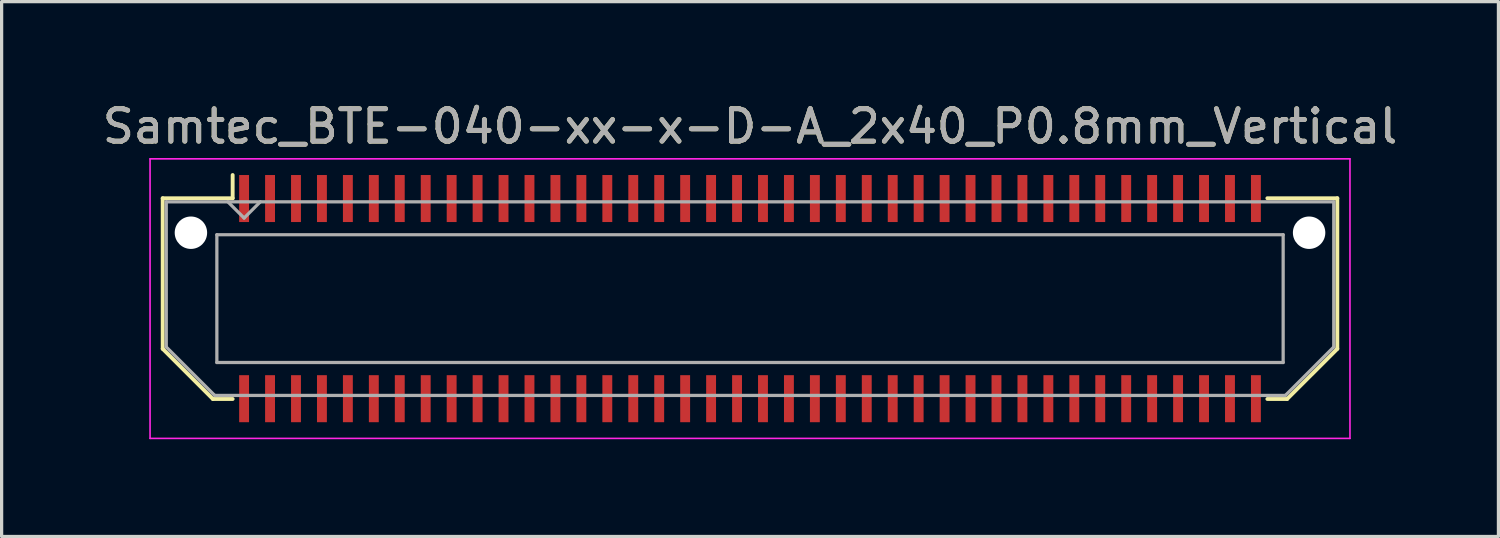
<source format=kicad_pcb>
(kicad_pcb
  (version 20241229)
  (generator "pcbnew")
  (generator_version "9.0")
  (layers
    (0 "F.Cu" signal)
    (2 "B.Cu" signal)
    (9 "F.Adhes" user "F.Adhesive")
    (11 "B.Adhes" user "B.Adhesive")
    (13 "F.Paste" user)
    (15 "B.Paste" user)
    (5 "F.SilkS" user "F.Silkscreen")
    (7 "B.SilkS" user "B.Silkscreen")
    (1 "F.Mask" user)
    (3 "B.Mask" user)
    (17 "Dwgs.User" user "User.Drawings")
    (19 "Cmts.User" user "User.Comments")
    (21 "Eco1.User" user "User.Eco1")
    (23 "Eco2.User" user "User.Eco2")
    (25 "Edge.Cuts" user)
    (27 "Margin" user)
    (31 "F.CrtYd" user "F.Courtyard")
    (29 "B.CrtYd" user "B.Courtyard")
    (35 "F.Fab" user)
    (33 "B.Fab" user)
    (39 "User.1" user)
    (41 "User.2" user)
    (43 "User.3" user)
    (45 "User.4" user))
  (footprint "Samtec_BTE-040-xx-x-D-A_2x40_P0.8mm_Vertical"
    (layer "F.Cu")
    (at 20.077 6.158)
    (property "Reference" "Samtec_BTE-040-xx-x-D-A_2x40_P0.8mm_Vertical" (at 0 -5.31 0) (layer "F.SilkS") (effects (font (size 1 1) (thickness 0.15))))
    (attr smd)
    (fp_line (start -18.11 -3.095) (end -18.11 1.548) (stroke (width 0.12) (type solid)) (layer "F.SilkS"))
    (fp_line (start -18.11 1.548) (end -16.562 3.095) (stroke (width 0.12) (type solid)) (layer "F.SilkS"))
    (fp_line (start -16.562 3.095) (end -15.953 3.095) (stroke (width 0.12) (type solid)) (layer "F.SilkS"))
    (fp_line (start -15.953 -3.811) (end -15.953 -3.095) (stroke (width 0.12) (type solid)) (layer "F.SilkS"))
    (fp_line (start -15.953 -3.095) (end -18.11 -3.095) (stroke (width 0.12) (type solid)) (layer "F.SilkS"))
    (fp_line (start 15.953 -3.095) (end 18.11 -3.095) (stroke (width 0.12) (type solid)) (layer "F.SilkS"))
    (fp_line (start 16.562 3.095) (end 15.953 3.095) (stroke (width 0.12) (type solid)) (layer "F.SilkS"))
    (fp_line (start 18.11 -3.095) (end 18.11 1.548) (stroke (width 0.12) (type solid)) (layer "F.SilkS"))
    (fp_line (start 18.11 1.548) (end 16.562 3.095) (stroke (width 0.12) (type solid)) (layer "F.SilkS"))
    (fp_line (start -18.5 -4.31) (end -18.5 4.31) (stroke (width 0.05) (type solid)) (layer "F.CrtYd"))
    (fp_line (start -18.5 4.31) (end 18.5 4.31) (stroke (width 0.05) (type solid)) (layer "F.CrtYd"))
    (fp_line (start 18.5 -4.31) (end -18.5 -4.31) (stroke (width 0.05) (type solid)) (layer "F.CrtYd"))
    (fp_line (start 18.5 4.31) (end 18.5 -4.31) (stroke (width 0.05) (type solid)) (layer "F.CrtYd"))
    (fp_line (start -18 -2.985) (end -18 1.492) (stroke (width 0.1) (type solid)) (layer "F.Fab"))
    (fp_line (start -18 -2.985) (end 18 -2.985) (stroke (width 0.1) (type solid)) (layer "F.Fab"))
    (fp_line (start -18 1.492) (end -16.508 2.985) (stroke (width 0.1) (type solid)) (layer "F.Fab"))
    (fp_line (start -16.508 2.985) (end 16.508 2.985) (stroke (width 0.1) (type solid)) (layer "F.Fab"))
    (fp_line (start -16.44 -1.97) (end -16.44 1.97) (stroke (width 0.1) (type solid)) (layer "F.Fab"))
    (fp_line (start -16.44 1.97) (end 16.44 1.97) (stroke (width 0.1) (type solid)) (layer "F.Fab"))
    (fp_line (start -15.6 -2.485) (end -16.1 -2.985) (stroke (width 0.1) (type solid)) (layer "F.Fab"))
    (fp_line (start -15.1 -2.985) (end -15.6 -2.485) (stroke (width 0.1) (type solid)) (layer "F.Fab"))
    (fp_line (start 16.44 -1.97) (end -16.44 -1.97) (stroke (width 0.1) (type solid)) (layer "F.Fab"))
    (fp_line (start 16.44 1.97) (end 16.44 -1.97) (stroke (width 0.1) (type solid)) (layer "F.Fab"))
    (fp_line (start 18 -2.985) (end 18 1.492) (stroke (width 0.1) (type solid)) (layer "F.Fab"))
    (fp_line (start 18 1.492) (end 16.508 2.985) (stroke (width 0.1) (type solid)) (layer "F.Fab"))
    (fp_text user "${REFERENCE}" (at 0 -5.31 0) (layer "F.Fab") (effects (font (size 1 1) (thickness 0.15))))
    (pad "" np_thru_hole circle (at -17.24 -2.032) (size 1 1) (drill 1) (layers "*.Cu" "*.Mask"))
    (pad "" np_thru_hole circle (at 17.24 -2.032) (size 1 1) (drill 1) (layers "*.Cu" "*.Mask"))
    (pad "1" smd rect (at -15.6 -3.086) (size 0.305 1.45) (layers "F.Cu" "F.Mask" "F.Paste"))
    (pad "2" smd rect (at -15.6 3.086) (size 0.305 1.45) (layers "F.Cu" "F.Mask" "F.Paste"))
    (pad "3" smd rect (at -14.8 -3.086) (size 0.305 1.45) (layers "F.Cu" "F.Mask" "F.Paste"))
    (pad "4" smd rect (at -14.8 3.086) (size 0.305 1.45) (layers "F.Cu" "F.Mask" "F.Paste"))
    (pad "5" smd rect (at -14 -3.086) (size 0.305 1.45) (layers "F.Cu" "F.Mask" "F.Paste"))
    (pad "6" smd rect (at -14 3.086) (size 0.305 1.45) (layers "F.Cu" "F.Mask" "F.Paste"))
    (pad "7" smd rect (at -13.2 -3.086) (size 0.305 1.45) (layers "F.Cu" "F.Mask" "F.Paste"))
    (pad "8" smd rect (at -13.2 3.086) (size 0.305 1.45) (layers "F.Cu" "F.Mask" "F.Paste"))
    (pad "9" smd rect (at -12.4 -3.086) (size 0.305 1.45) (layers "F.Cu" "F.Mask" "F.Paste"))
    (pad "10" smd rect (at -12.4 3.086) (size 0.305 1.45) (layers "F.Cu" "F.Mask" "F.Paste"))
    (pad "11" smd rect (at -11.6 -3.086) (size 0.305 1.45) (layers "F.Cu" "F.Mask" "F.Paste"))
    (pad "12" smd rect (at -11.6 3.086) (size 0.305 1.45) (layers "F.Cu" "F.Mask" "F.Paste"))
    (pad "13" smd rect (at -10.8 -3.086) (size 0.305 1.45) (layers "F.Cu" "F.Mask" "F.Paste"))
    (pad "14" smd rect (at -10.8 3.086) (size 0.305 1.45) (layers "F.Cu" "F.Mask" "F.Paste"))
    (pad "15" smd rect (at -10 -3.086) (size 0.305 1.45) (layers "F.Cu" "F.Mask" "F.Paste"))
    (pad "16" smd rect (at -10 3.086) (size 0.305 1.45) (layers "F.Cu" "F.Mask" "F.Paste"))
    (pad "17" smd rect (at -9.2 -3.086) (size 0.305 1.45) (layers "F.Cu" "F.Mask" "F.Paste"))
    (pad "18" smd rect (at -9.2 3.086) (size 0.305 1.45) (layers "F.Cu" "F.Mask" "F.Paste"))
    (pad "19" smd rect (at -8.4 -3.086) (size 0.305 1.45) (layers "F.Cu" "F.Mask" "F.Paste"))
    (pad "20" smd rect (at -8.4 3.086) (size 0.305 1.45) (layers "F.Cu" "F.Mask" "F.Paste"))
    (pad "21" smd rect (at -7.6 -3.086) (size 0.305 1.45) (layers "F.Cu" "F.Mask" "F.Paste"))
    (pad "22" smd rect (at -7.6 3.086) (size 0.305 1.45) (layers "F.Cu" "F.Mask" "F.Paste"))
    (pad "23" smd rect (at -6.8 -3.086) (size 0.305 1.45) (layers "F.Cu" "F.Mask" "F.Paste"))
    (pad "24" smd rect (at -6.8 3.086) (size 0.305 1.45) (layers "F.Cu" "F.Mask" "F.Paste"))
    (pad "25" smd rect (at -6 -3.086) (size 0.305 1.45) (layers "F.Cu" "F.Mask" "F.Paste"))
    (pad "26" smd rect (at -6 3.086) (size 0.305 1.45) (layers "F.Cu" "F.Mask" "F.Paste"))
    (pad "27" smd rect (at -5.2 -3.086) (size 0.305 1.45) (layers "F.Cu" "F.Mask" "F.Paste"))
    (pad "28" smd rect (at -5.2 3.086) (size 0.305 1.45) (layers "F.Cu" "F.Mask" "F.Paste"))
    (pad "29" smd rect (at -4.4 -3.086) (size 0.305 1.45) (layers "F.Cu" "F.Mask" "F.Paste"))
    (pad "30" smd rect (at -4.4 3.086) (size 0.305 1.45) (layers "F.Cu" "F.Mask" "F.Paste"))
    (pad "31" smd rect (at -3.6 -3.086) (size 0.305 1.45) (layers "F.Cu" "F.Mask" "F.Paste"))
    (pad "32" smd rect (at -3.6 3.086) (size 0.305 1.45) (layers "F.Cu" "F.Mask" "F.Paste"))
    (pad "33" smd rect (at -2.8 -3.086) (size 0.305 1.45) (layers "F.Cu" "F.Mask" "F.Paste"))
    (pad "34" smd rect (at -2.8 3.086) (size 0.305 1.45) (layers "F.Cu" "F.Mask" "F.Paste"))
    (pad "35" smd rect (at -2 -3.086) (size 0.305 1.45) (layers "F.Cu" "F.Mask" "F.Paste"))
    (pad "36" smd rect (at -2 3.086) (size 0.305 1.45) (layers "F.Cu" "F.Mask" "F.Paste"))
    (pad "37" smd rect (at -1.2 -3.086) (size 0.305 1.45) (layers "F.Cu" "F.Mask" "F.Paste"))
    (pad "38" smd rect (at -1.2 3.086) (size 0.305 1.45) (layers "F.Cu" "F.Mask" "F.Paste"))
    (pad "39" smd rect (at -0.4 -3.086) (size 0.305 1.45) (layers "F.Cu" "F.Mask" "F.Paste"))
    (pad "40" smd rect (at -0.4 3.086) (size 0.305 1.45) (layers "F.Cu" "F.Mask" "F.Paste"))
    (pad "41" smd rect (at 0.4 -3.086) (size 0.305 1.45) (layers "F.Cu" "F.Mask" "F.Paste"))
    (pad "42" smd rect (at 0.4 3.086) (size 0.305 1.45) (layers "F.Cu" "F.Mask" "F.Paste"))
    (pad "43" smd rect (at 1.2 -3.086) (size 0.305 1.45) (layers "F.Cu" "F.Mask" "F.Paste"))
    (pad "44" smd rect (at 1.2 3.086) (size 0.305 1.45) (layers "F.Cu" "F.Mask" "F.Paste"))
    (pad "45" smd rect (at 2 -3.086) (size 0.305 1.45) (layers "F.Cu" "F.Mask" "F.Paste"))
    (pad "46" smd rect (at 2 3.086) (size 0.305 1.45) (layers "F.Cu" "F.Mask" "F.Paste"))
    (pad "47" smd rect (at 2.8 -3.086) (size 0.305 1.45) (layers "F.Cu" "F.Mask" "F.Paste"))
    (pad "48" smd rect (at 2.8 3.086) (size 0.305 1.45) (layers "F.Cu" "F.Mask" "F.Paste"))
    (pad "49" smd rect (at 3.6 -3.086) (size 0.305 1.45) (layers "F.Cu" "F.Mask" "F.Paste"))
    (pad "50" smd rect (at 3.6 3.086) (size 0.305 1.45) (layers "F.Cu" "F.Mask" "F.Paste"))
    (pad "51" smd rect (at 4.4 -3.086) (size 0.305 1.45) (layers "F.Cu" "F.Mask" "F.Paste"))
    (pad "52" smd rect (at 4.4 3.086) (size 0.305 1.45) (layers "F.Cu" "F.Mask" "F.Paste"))
    (pad "53" smd rect (at 5.2 -3.086) (size 0.305 1.45) (layers "F.Cu" "F.Mask" "F.Paste"))
    (pad "54" smd rect (at 5.2 3.086) (size 0.305 1.45) (layers "F.Cu" "F.Mask" "F.Paste"))
    (pad "55" smd rect (at 6 -3.086) (size 0.305 1.45) (layers "F.Cu" "F.Mask" "F.Paste"))
    (pad "56" smd rect (at 6 3.086) (size 0.305 1.45) (layers "F.Cu" "F.Mask" "F.Paste"))
    (pad "57" smd rect (at 6.8 -3.086) (size 0.305 1.45) (layers "F.Cu" "F.Mask" "F.Paste"))
    (pad "58" smd rect (at 6.8 3.086) (size 0.305 1.45) (layers "F.Cu" "F.Mask" "F.Paste"))
    (pad "59" smd rect (at 7.6 -3.086) (size 0.305 1.45) (layers "F.Cu" "F.Mask" "F.Paste"))
    (pad "60" smd rect (at 7.6 3.086) (size 0.305 1.45) (layers "F.Cu" "F.Mask" "F.Paste"))
    (pad "61" smd rect (at 8.4 -3.086) (size 0.305 1.45) (layers "F.Cu" "F.Mask" "F.Paste"))
    (pad "62" smd rect (at 8.4 3.086) (size 0.305 1.45) (layers "F.Cu" "F.Mask" "F.Paste"))
    (pad "63" smd rect (at 9.2 -3.086) (size 0.305 1.45) (layers "F.Cu" "F.Mask" "F.Paste"))
    (pad "64" smd rect (at 9.2 3.086) (size 0.305 1.45) (layers "F.Cu" "F.Mask" "F.Paste"))
    (pad "65" smd rect (at 10 -3.086) (size 0.305 1.45) (layers "F.Cu" "F.Mask" "F.Paste"))
    (pad "66" smd rect (at 10 3.086) (size 0.305 1.45) (layers "F.Cu" "F.Mask" "F.Paste"))
    (pad "67" smd rect (at 10.8 -3.086) (size 0.305 1.45) (layers "F.Cu" "F.Mask" "F.Paste"))
    (pad "68" smd rect (at 10.8 3.086) (size 0.305 1.45) (layers "F.Cu" "F.Mask" "F.Paste"))
    (pad "69" smd rect (at 11.6 -3.086) (size 0.305 1.45) (layers "F.Cu" "F.Mask" "F.Paste"))
    (pad "70" smd rect (at 11.6 3.086) (size 0.305 1.45) (layers "F.Cu" "F.Mask" "F.Paste"))
    (pad "71" smd rect (at 12.4 -3.086) (size 0.305 1.45) (layers "F.Cu" "F.Mask" "F.Paste"))
    (pad "72" smd rect (at 12.4 3.086) (size 0.305 1.45) (layers "F.Cu" "F.Mask" "F.Paste"))
    (pad "73" smd rect (at 13.2 -3.086) (size 0.305 1.45) (layers "F.Cu" "F.Mask" "F.Paste"))
    (pad "74" smd rect (at 13.2 3.086) (size 0.305 1.45) (layers "F.Cu" "F.Mask" "F.Paste"))
    (pad "75" smd rect (at 14 -3.086) (size 0.305 1.45) (layers "F.Cu" "F.Mask" "F.Paste"))
    (pad "76" smd rect (at 14 3.086) (size 0.305 1.45) (layers "F.Cu" "F.Mask" "F.Paste"))
    (pad "77" smd rect (at 14.8 -3.086) (size 0.305 1.45) (layers "F.Cu" "F.Mask" "F.Paste"))
    (pad "78" smd rect (at 14.8 3.086) (size 0.305 1.45) (layers "F.Cu" "F.Mask" "F.Paste"))
    (pad "79" smd rect (at 15.6 -3.086) (size 0.305 1.45) (layers "F.Cu" "F.Mask" "F.Paste"))
    (pad "80" smd rect (at 15.6 3.086) (size 0.305 1.45) (layers "F.Cu" "F.Mask" "F.Paste")))
  (gr_rect
    (start -3 -3)
    (end 43.155 13.493)
    (stroke (width 0.1) (type default))
    (fill no)
    (layer "Edge.Cuts")))
</source>
